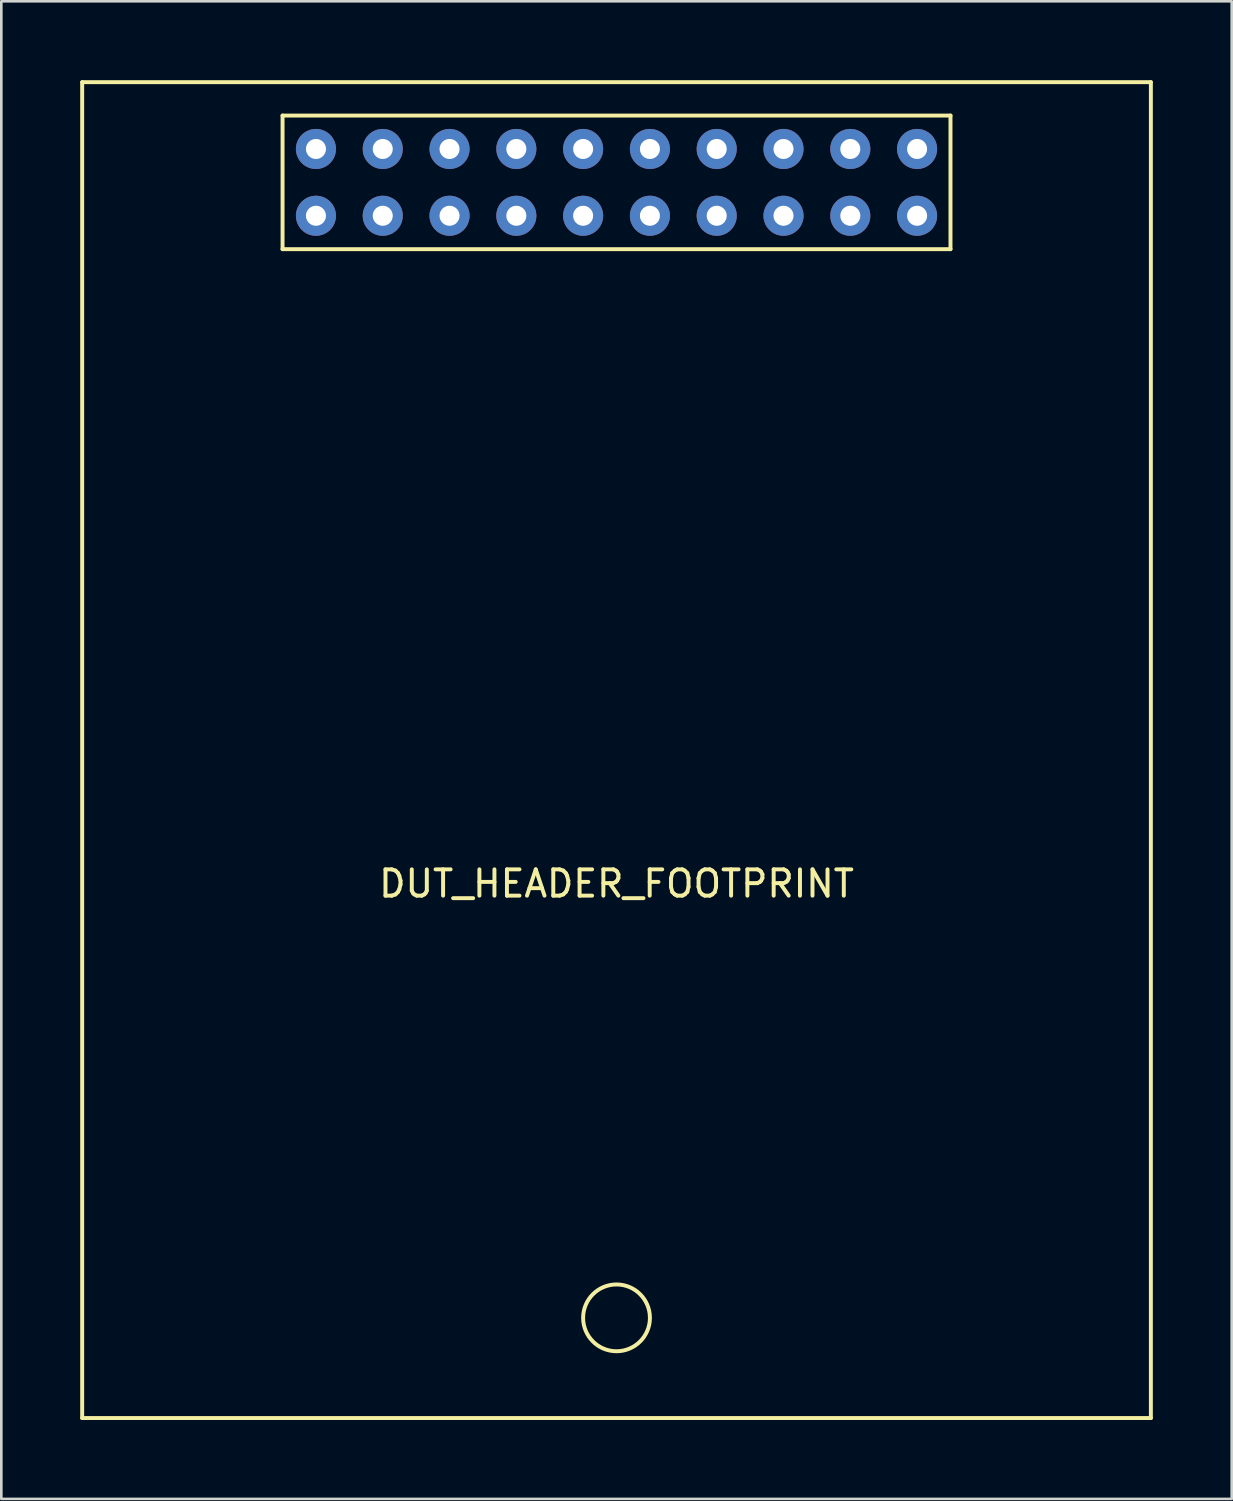
<source format=kicad_pcb>
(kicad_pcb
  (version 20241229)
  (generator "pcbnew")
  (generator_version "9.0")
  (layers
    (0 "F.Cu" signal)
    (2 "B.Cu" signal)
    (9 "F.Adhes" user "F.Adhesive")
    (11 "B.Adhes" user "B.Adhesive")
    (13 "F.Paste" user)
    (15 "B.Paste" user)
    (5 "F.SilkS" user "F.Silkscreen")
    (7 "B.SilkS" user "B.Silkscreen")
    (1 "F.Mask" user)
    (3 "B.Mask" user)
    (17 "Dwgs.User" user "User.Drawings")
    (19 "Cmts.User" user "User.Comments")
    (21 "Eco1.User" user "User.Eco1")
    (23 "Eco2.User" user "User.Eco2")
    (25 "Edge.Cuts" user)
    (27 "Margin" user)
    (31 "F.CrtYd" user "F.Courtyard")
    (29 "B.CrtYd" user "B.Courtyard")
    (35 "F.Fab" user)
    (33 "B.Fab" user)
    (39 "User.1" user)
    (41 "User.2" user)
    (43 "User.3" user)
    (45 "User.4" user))
  (footprint "DUT_HEADER_FOOTPRINT"
    (layer "F.Cu")
    (at 20.395 29.285)
    (property "Reference" "DUT_HEADER_FOOTPRINT" (at 0 1.27 0) (layer "F.SilkS") (effects (font (size 1 1) (thickness 0.15))))
    (attr through_hole)
    (fp_line (start -20.32 -29.21) (end 20.32 -29.21) (stroke (width 0.15) (type solid)) (layer "F.SilkS"))
    (fp_line (start -20.32 21.59) (end -20.32 -29.21) (stroke (width 0.15) (type solid)) (layer "F.SilkS"))
    (fp_line (start -12.7 -27.94) (end 12.7 -27.94) (stroke (width 0.15) (type solid)) (layer "F.SilkS"))
    (fp_line (start -12.7 -22.86) (end -12.7 -27.94) (stroke (width 0.15) (type solid)) (layer "F.SilkS"))
    (fp_line (start 12.7 -27.94) (end 12.7 -22.86) (stroke (width 0.15) (type solid)) (layer "F.SilkS"))
    (fp_line (start 12.7 -22.86) (end -12.7 -22.86) (stroke (width 0.15) (type solid)) (layer "F.SilkS"))
    (fp_line (start 20.32 -29.21) (end 20.32 21.59) (stroke (width 0.15) (type solid)) (layer "F.SilkS"))
    (fp_line (start 20.32 21.59) (end -20.32 21.59) (stroke (width 0.15) (type solid)) (layer "F.SilkS"))
    (fp_circle (center 0 17.78) (end 1.27 17.78) (stroke (width 0.15) (type solid)) (fill no) (layer "F.SilkS"))
    (pad "1" thru_hole circle (at 11.43 -26.67) (size 1.524 1.524) (drill 0.762) (layers "*.Cu" "*.Mask"))
    (pad "2" thru_hole circle (at 11.43 -24.13) (size 1.524 1.524) (drill 0.762) (layers "*.Cu" "*.Mask"))
    (pad "3" thru_hole circle (at 8.89 -26.67) (size 1.524 1.524) (drill 0.762) (layers "*.Cu" "*.Mask"))
    (pad "4" thru_hole circle (at 8.89 -24.13) (size 1.524 1.524) (drill 0.762) (layers "*.Cu" "*.Mask"))
    (pad "5" thru_hole circle (at 6.35 -26.67) (size 1.524 1.524) (drill 0.762) (layers "*.Cu" "*.Mask"))
    (pad "6" thru_hole circle (at 6.35 -24.13) (size 1.524 1.524) (drill 0.762) (layers "*.Cu" "*.Mask"))
    (pad "7" thru_hole circle (at 3.81 -26.67) (size 1.524 1.524) (drill 0.762) (layers "*.Cu" "*.Mask"))
    (pad "8" thru_hole circle (at 3.81 -24.13) (size 1.524 1.524) (drill 0.762) (layers "*.Cu" "*.Mask"))
    (pad "9" thru_hole circle (at 1.27 -26.67) (size 1.524 1.524) (drill 0.762) (layers "*.Cu" "*.Mask"))
    (pad "10" thru_hole circle (at 1.27 -24.13) (size 1.524 1.524) (drill 0.762) (layers "*.Cu" "*.Mask"))
    (pad "11" thru_hole circle (at -1.27 -26.67) (size 1.524 1.524) (drill 0.762) (layers "*.Cu" "*.Mask"))
    (pad "12" thru_hole circle (at -1.27 -24.13) (size 1.524 1.524) (drill 0.762) (layers "*.Cu" "*.Mask"))
    (pad "13" thru_hole circle (at -3.81 -26.67) (size 1.524 1.524) (drill 0.762) (layers "*.Cu" "*.Mask"))
    (pad "14" thru_hole circle (at -3.81 -24.13) (size 1.524 1.524) (drill 0.762) (layers "*.Cu" "*.Mask"))
    (pad "15" thru_hole circle (at -6.35 -26.67) (size 1.524 1.524) (drill 0.762) (layers "*.Cu" "*.Mask"))
    (pad "16" thru_hole circle (at -6.35 -24.13) (size 1.524 1.524) (drill 0.762) (layers "*.Cu" "*.Mask"))
    (pad "17" thru_hole circle (at -8.89 -26.67) (size 1.524 1.524) (drill 0.762) (layers "*.Cu" "*.Mask"))
    (pad "18" thru_hole circle (at -8.89 -24.13) (size 1.524 1.524) (drill 0.762) (layers "*.Cu" "*.Mask"))
    (pad "19" thru_hole circle (at -11.43 -26.67) (size 1.524 1.524) (drill 0.762) (layers "*.Cu" "*.Mask"))
    (pad "20" thru_hole circle (at -11.43 -24.13) (size 1.524 1.524) (drill 0.762) (layers "*.Cu" "*.Mask")))
  (gr_rect
    (start -3 -3)
    (end 43.79 53.95)
    (stroke (width 0.1) (type default))
    (fill no)
    (layer "Edge.Cuts")))
</source>
